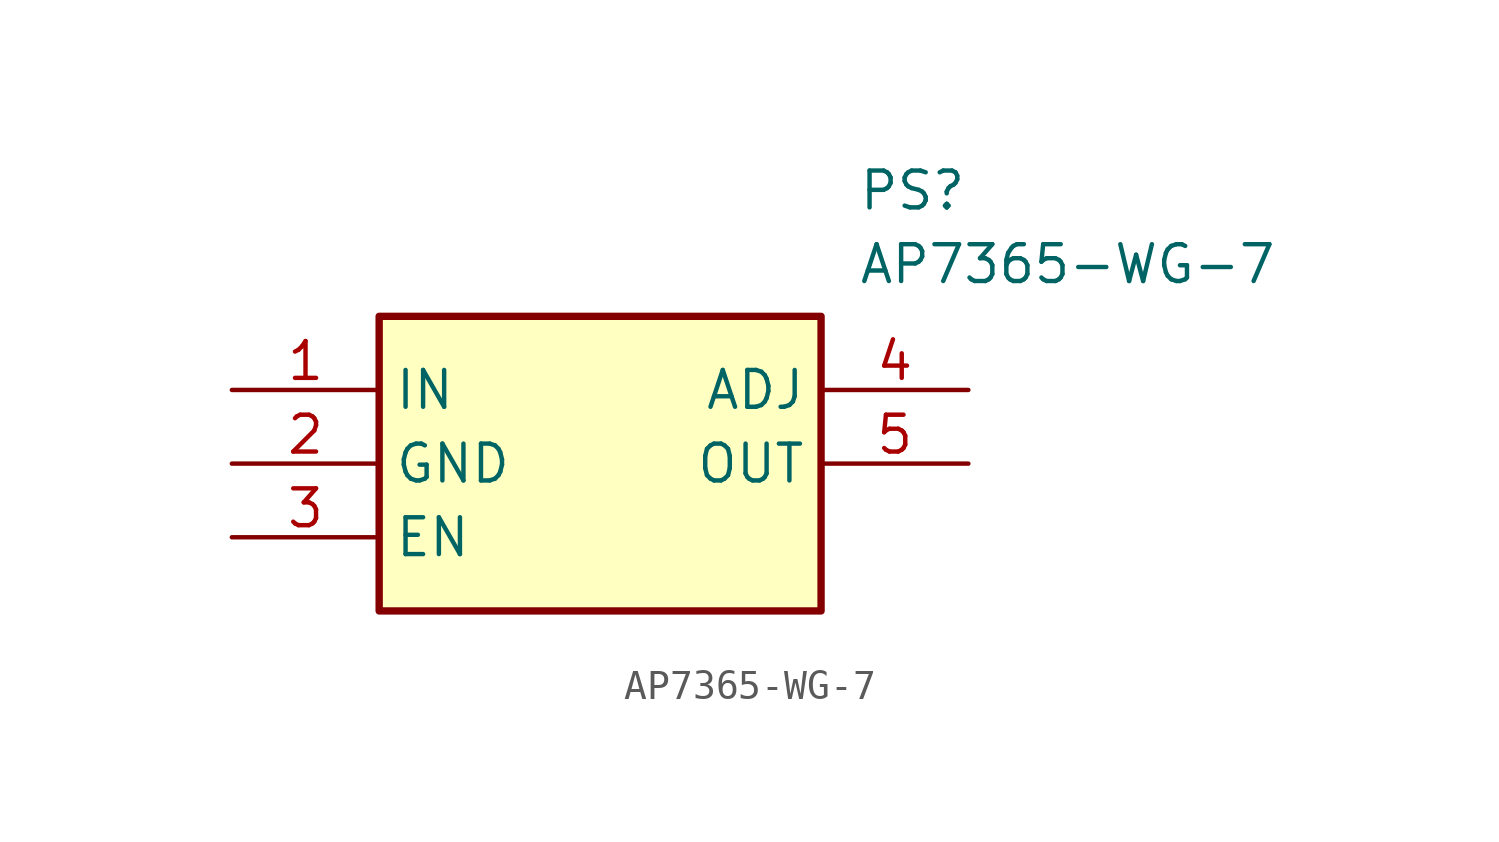
<source format=kicad_sym>
(kicad_symbol_lib
  (version 20211014)
  (generator SamacSys_ECAD_Model)
  (symbol "AP7365-WG-7"
    (property "Reference" "PS"
      (at 21.59 7.62 0)
      (effects (font (size 1.27 1.27)) (justify left top)))
    (property "Value" "AP7365-WG-7"
      (at 21.59 5.08 0)
      (effects (font (size 1.27 1.27)) (justify left top)))
    (rectangle
      (start 5.08 2.54)
      (end 20.32 -7.62)
      (stroke (width 0.254) (type default))
      (fill (type background)))
    (pin power_in line
      (at 0 0 0)
      (length 5.08)
      (name "IN" (effects (font (size 1.27 1.27))))
      (number "1" (effects (font (size 1.27 1.27)))))
    (pin power_in line
      (at 0 -2.54 0)
      (length 5.08)
      (name "GND" (effects (font (size 1.27 1.27))))
      (number "2" (effects (font (size 1.27 1.27)))))
    (pin input line
      (at 0 -5.08 0)
      (length 5.08)
      (name "EN" (effects (font (size 1.27 1.27))))
      (number "3" (effects (font (size 1.27 1.27)))))
    (pin output line
      (at 25.4 0 180)
      (length 5.08)
      (name "ADJ" (effects (font (size 1.27 1.27))))
      (number "4" (effects (font (size 1.27 1.27)))))
    (pin power_in line
      (at 25.4 -2.54 180)
      (length 5.08)
      (name "OUT" (effects (font (size 1.27 1.27))))
      (number "5" (effects (font (size 1.27 1.27)))))))
</source>
